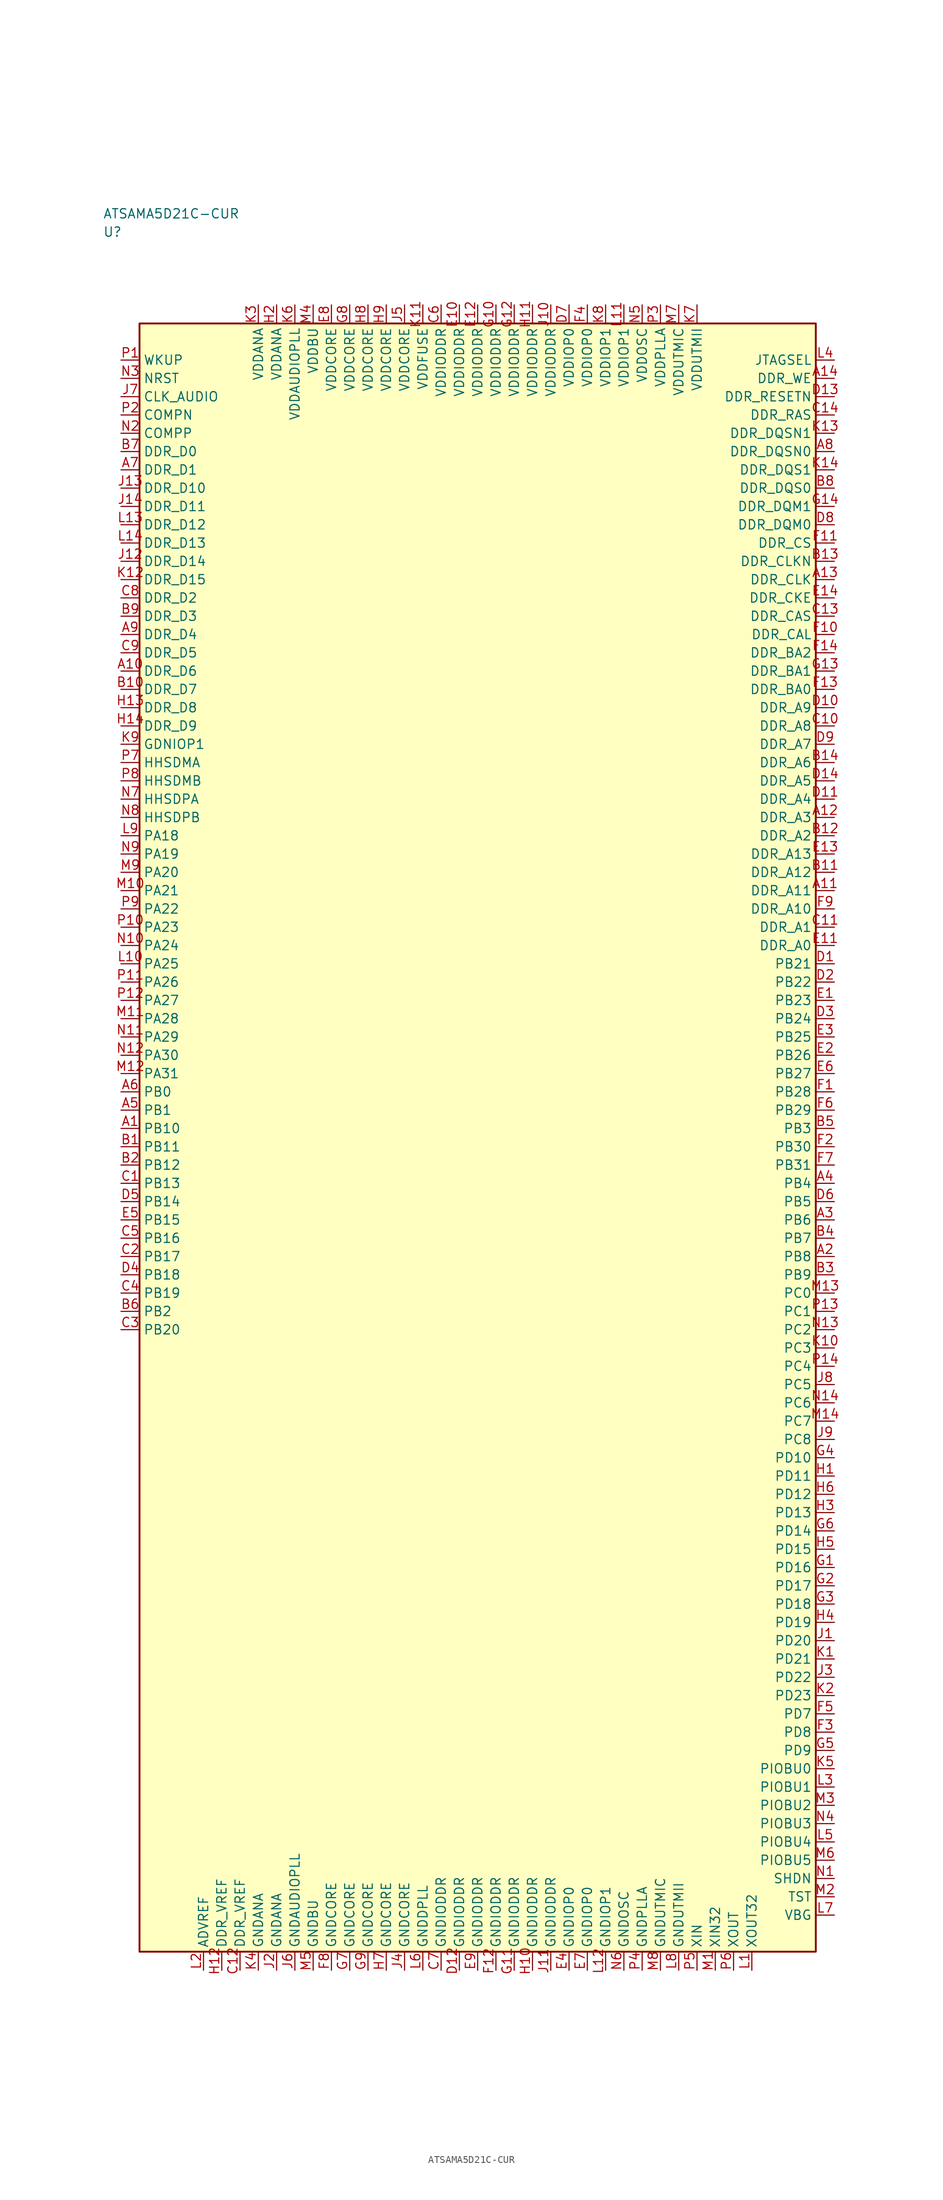
<source format=kicad_sym>
(kicad_symbol_lib
  (version 20241025)
  (generator "kicad_symbol_editor")
  (generator_version "8.0")
  (symbol "ATSAMA5D21C-CUR"
    (property "Reference" "U"
      (at -51.25 123.75 0)
      (effects (font (size 1.27 1.27)) (justify left)))
    (property "Value" "ATSAMA5D21C-CUR"
      (at -51.25 126.25 0)
      (effects (font (size 1.27 1.27)) (justify left)))
    (symbol "ATSAMA5D21C-CUR_0_1"
      (rectangle (start -46.25 111.25) (end 46.25 -111.25) (stroke (width 0.254) (type default)) (fill (type background))))
    (symbol "ATSAMA5D21C-CUR_1_1"
      (pin bidirectional line (at -48.79 41.25 0.0) (length 2.54) (name "PA18" (effects (font (size 1.27 1.27)))) (number "L9" (effects (font (size 1.27 1.27)))))
      (pin bidirectional line (at -48.79 38.75 0.0) (length 2.54) (name "PA19" (effects (font (size 1.27 1.27)))) (number "N9" (effects (font (size 1.27 1.27)))))
      (pin bidirectional line (at -48.79 36.25 0.0) (length 2.54) (name "PA20" (effects (font (size 1.27 1.27)))) (number "M9" (effects (font (size 1.27 1.27)))))
      (pin bidirectional line (at -48.79 33.75 0.0) (length 2.54) (name "PA21" (effects (font (size 1.27 1.27)))) (number "M10" (effects (font (size 1.27 1.27)))))
      (pin bidirectional line (at -48.79 31.25 0.0) (length 2.54) (name "PA22" (effects (font (size 1.27 1.27)))) (number "P9" (effects (font (size 1.27 1.27)))))
      (pin bidirectional line (at -48.79 28.75 0.0) (length 2.54) (name "PA23" (effects (font (size 1.27 1.27)))) (number "P10" (effects (font (size 1.27 1.27)))))
      (pin bidirectional line (at -48.79 26.25 0.0) (length 2.54) (name "PA24" (effects (font (size 1.27 1.27)))) (number "N10" (effects (font (size 1.27 1.27)))))
      (pin bidirectional line (at -48.79 23.75 0.0) (length 2.54) (name "PA25" (effects (font (size 1.27 1.27)))) (number "L10" (effects (font (size 1.27 1.27)))))
      (pin bidirectional line (at -48.79 21.25 0.0) (length 2.54) (name "PA26" (effects (font (size 1.27 1.27)))) (number "P11" (effects (font (size 1.27 1.27)))))
      (pin bidirectional line (at -48.79 18.75 0.0) (length 2.54) (name "PA27" (effects (font (size 1.27 1.27)))) (number "P12" (effects (font (size 1.27 1.27)))))
      (pin bidirectional line (at -48.79 16.25 0.0) (length 2.54) (name "PA28" (effects (font (size 1.27 1.27)))) (number "M11" (effects (font (size 1.27 1.27)))))
      (pin bidirectional line (at -48.79 13.75 0.0) (length 2.54) (name "PA29" (effects (font (size 1.27 1.27)))) (number "N11" (effects (font (size 1.27 1.27)))))
      (pin bidirectional line (at -48.79 11.25 0.0) (length 2.54) (name "PA30" (effects (font (size 1.27 1.27)))) (number "N12" (effects (font (size 1.27 1.27)))))
      (pin bidirectional line (at -48.79 8.75 0.0) (length 2.54) (name "PA31" (effects (font (size 1.27 1.27)))) (number "M12" (effects (font (size 1.27 1.27)))))
      (pin bidirectional line (at -48.79 6.25 0.0) (length 2.54) (name "PB0" (effects (font (size 1.27 1.27)))) (number "A6" (effects (font (size 1.27 1.27)))))
      (pin bidirectional line (at -48.79 3.75 0.0) (length 2.54) (name "PB1" (effects (font (size 1.27 1.27)))) (number "A5" (effects (font (size 1.27 1.27)))))
      (pin bidirectional line (at -48.79 -23.75 0.0) (length 2.54) (name "PB2" (effects (font (size 1.27 1.27)))) (number "B6" (effects (font (size 1.27 1.27)))))
      (pin bidirectional line (at 48.79 1.25 180.0) (length 2.54) (name "PB3" (effects (font (size 1.27 1.27)))) (number "B5" (effects (font (size 1.27 1.27)))))
      (pin bidirectional line (at 48.79 -6.25 180.0) (length 2.54) (name "PB4" (effects (font (size 1.27 1.27)))) (number "A4" (effects (font (size 1.27 1.27)))))
      (pin bidirectional line (at 48.79 -8.75 180.0) (length 2.54) (name "PB5" (effects (font (size 1.27 1.27)))) (number "D6" (effects (font (size 1.27 1.27)))))
      (pin bidirectional line (at 48.79 -11.25 180.0) (length 2.54) (name "PB6" (effects (font (size 1.27 1.27)))) (number "A3" (effects (font (size 1.27 1.27)))))
      (pin bidirectional line (at 48.79 -13.75 180.0) (length 2.54) (name "PB7" (effects (font (size 1.27 1.27)))) (number "B4" (effects (font (size 1.27 1.27)))))
      (pin bidirectional line (at 48.79 -16.25 180.0) (length 2.54) (name "PB8" (effects (font (size 1.27 1.27)))) (number "A2" (effects (font (size 1.27 1.27)))))
      (pin bidirectional line (at 48.79 -18.75 180.0) (length 2.54) (name "PB9" (effects (font (size 1.27 1.27)))) (number "B3" (effects (font (size 1.27 1.27)))))
      (pin bidirectional line (at -48.79 1.25 0.0) (length 2.54) (name "PB10" (effects (font (size 1.27 1.27)))) (number "A1" (effects (font (size 1.27 1.27)))))
      (pin bidirectional line (at -48.79 -1.25 0.0) (length 2.54) (name "PB11" (effects (font (size 1.27 1.27)))) (number "B1" (effects (font (size 1.27 1.27)))))
      (pin bidirectional line (at -48.79 -3.75 0.0) (length 2.54) (name "PB12" (effects (font (size 1.27 1.27)))) (number "B2" (effects (font (size 1.27 1.27)))))
      (pin bidirectional line (at -48.79 -6.25 0.0) (length 2.54) (name "PB13" (effects (font (size 1.27 1.27)))) (number "C1" (effects (font (size 1.27 1.27)))))
      (pin bidirectional line (at -48.79 -8.75 0.0) (length 2.54) (name "PB14" (effects (font (size 1.27 1.27)))) (number "D5" (effects (font (size 1.27 1.27)))))
      (pin bidirectional line (at -48.79 -11.25 0.0) (length 2.54) (name "PB15" (effects (font (size 1.27 1.27)))) (number "E5" (effects (font (size 1.27 1.27)))))
      (pin bidirectional line (at -48.79 -13.75 0.0) (length 2.54) (name "PB16" (effects (font (size 1.27 1.27)))) (number "C5" (effects (font (size 1.27 1.27)))))
      (pin bidirectional line (at -48.79 -16.25 0.0) (length 2.54) (name "PB17" (effects (font (size 1.27 1.27)))) (number "C2" (effects (font (size 1.27 1.27)))))
      (pin bidirectional line (at -48.79 -18.75 0.0) (length 2.54) (name "PB18" (effects (font (size 1.27 1.27)))) (number "D4" (effects (font (size 1.27 1.27)))))
      (pin bidirectional line (at -48.79 -21.25 0.0) (length 2.54) (name "PB19" (effects (font (size 1.27 1.27)))) (number "C4" (effects (font (size 1.27 1.27)))))
      (pin bidirectional line (at -48.79 -26.25 0.0) (length 2.54) (name "PB20" (effects (font (size 1.27 1.27)))) (number "C3" (effects (font (size 1.27 1.27)))))
      (pin bidirectional line (at 48.79 23.75 180.0) (length 2.54) (name "PB21" (effects (font (size 1.27 1.27)))) (number "D1" (effects (font (size 1.27 1.27)))))
      (pin bidirectional line (at 48.79 21.25 180.0) (length 2.54) (name "PB22" (effects (font (size 1.27 1.27)))) (number "D2" (effects (font (size 1.27 1.27)))))
      (pin bidirectional line (at 48.79 18.75 180.0) (length 2.54) (name "PB23" (effects (font (size 1.27 1.27)))) (number "E1" (effects (font (size 1.27 1.27)))))
      (pin bidirectional line (at 48.79 16.25 180.0) (length 2.54) (name "PB24" (effects (font (size 1.27 1.27)))) (number "D3" (effects (font (size 1.27 1.27)))))
      (pin bidirectional line (at 48.79 13.75 180.0) (length 2.54) (name "PB25" (effects (font (size 1.27 1.27)))) (number "E3" (effects (font (size 1.27 1.27)))))
      (pin bidirectional line (at 48.79 11.25 180.0) (length 2.54) (name "PB26" (effects (font (size 1.27 1.27)))) (number "E2" (effects (font (size 1.27 1.27)))))
      (pin bidirectional line (at 48.79 8.75 180.0) (length 2.54) (name "PB27" (effects (font (size 1.27 1.27)))) (number "E6" (effects (font (size 1.27 1.27)))))
      (pin bidirectional line (at 48.79 6.25 180.0) (length 2.54) (name "PB28" (effects (font (size 1.27 1.27)))) (number "F1" (effects (font (size 1.27 1.27)))))
      (pin bidirectional line (at 48.79 3.75 180.0) (length 2.54) (name "PB29" (effects (font (size 1.27 1.27)))) (number "F6" (effects (font (size 1.27 1.27)))))
      (pin bidirectional line (at 48.79 -1.25 180.0) (length 2.54) (name "PB30" (effects (font (size 1.27 1.27)))) (number "F2" (effects (font (size 1.27 1.27)))))
      (pin bidirectional line (at 48.79 -3.75 180.0) (length 2.54) (name "PB31" (effects (font (size 1.27 1.27)))) (number "F7" (effects (font (size 1.27 1.27)))))
      (pin bidirectional line (at 48.79 -21.25 180.0) (length 2.54) (name "PC0" (effects (font (size 1.27 1.27)))) (number "M13" (effects (font (size 1.27 1.27)))))
      (pin bidirectional line (at 48.79 -23.75 180.0) (length 2.54) (name "PC1" (effects (font (size 1.27 1.27)))) (number "P13" (effects (font (size 1.27 1.27)))))
      (pin bidirectional line (at 48.79 -26.25 180.0) (length 2.54) (name "PC2" (effects (font (size 1.27 1.27)))) (number "N13" (effects (font (size 1.27 1.27)))))
      (pin bidirectional line (at 48.79 -28.75 180.0) (length 2.54) (name "PC3" (effects (font (size 1.27 1.27)))) (number "K10" (effects (font (size 1.27 1.27)))))
      (pin bidirectional line (at 48.79 -31.25 180.0) (length 2.54) (name "PC4" (effects (font (size 1.27 1.27)))) (number "P14" (effects (font (size 1.27 1.27)))))
      (pin bidirectional line (at 48.79 -33.75 180.0) (length 2.54) (name "PC5" (effects (font (size 1.27 1.27)))) (number "J8" (effects (font (size 1.27 1.27)))))
      (pin bidirectional line (at 48.79 -36.25 180.0) (length 2.54) (name "PC6" (effects (font (size 1.27 1.27)))) (number "N14" (effects (font (size 1.27 1.27)))))
      (pin bidirectional line (at 48.79 -38.75 180.0) (length 2.54) (name "PC7" (effects (font (size 1.27 1.27)))) (number "M14" (effects (font (size 1.27 1.27)))))
      (pin bidirectional line (at 48.79 -41.25 180.0) (length 2.54) (name "PC8" (effects (font (size 1.27 1.27)))) (number "J9" (effects (font (size 1.27 1.27)))))
      (pin bidirectional line (at 48.79 -78.75 180.0) (length 2.54) (name "PD7" (effects (font (size 1.27 1.27)))) (number "F5" (effects (font (size 1.27 1.27)))))
      (pin bidirectional line (at 48.79 -81.25 180.0) (length 2.54) (name "PD8" (effects (font (size 1.27 1.27)))) (number "F3" (effects (font (size 1.27 1.27)))))
      (pin bidirectional line (at 48.79 -83.75 180.0) (length 2.54) (name "PD9" (effects (font (size 1.27 1.27)))) (number "G5" (effects (font (size 1.27 1.27)))))
      (pin bidirectional line (at 48.79 -43.75 180.0) (length 2.54) (name "PD10" (effects (font (size 1.27 1.27)))) (number "G4" (effects (font (size 1.27 1.27)))))
      (pin bidirectional line (at 48.79 -46.25 180.0) (length 2.54) (name "PD11" (effects (font (size 1.27 1.27)))) (number "H1" (effects (font (size 1.27 1.27)))))
      (pin bidirectional line (at 48.79 -48.75 180.0) (length 2.54) (name "PD12" (effects (font (size 1.27 1.27)))) (number "H6" (effects (font (size 1.27 1.27)))))
      (pin bidirectional line (at 48.79 -51.25 180.0) (length 2.54) (name "PD13" (effects (font (size 1.27 1.27)))) (number "H3" (effects (font (size 1.27 1.27)))))
      (pin bidirectional line (at 48.79 -53.75 180.0) (length 2.54) (name "PD14" (effects (font (size 1.27 1.27)))) (number "G6" (effects (font (size 1.27 1.27)))))
      (pin bidirectional line (at 48.79 -56.25 180.0) (length 2.54) (name "PD15" (effects (font (size 1.27 1.27)))) (number "H5" (effects (font (size 1.27 1.27)))))
      (pin bidirectional line (at 48.79 -58.75 180.0) (length 2.54) (name "PD16" (effects (font (size 1.27 1.27)))) (number "G1" (effects (font (size 1.27 1.27)))))
      (pin bidirectional line (at 48.79 -61.25 180.0) (length 2.54) (name "PD17" (effects (font (size 1.27 1.27)))) (number "G2" (effects (font (size 1.27 1.27)))))
      (pin bidirectional line (at 48.79 -63.75 180.0) (length 2.54) (name "PD18" (effects (font (size 1.27 1.27)))) (number "G3" (effects (font (size 1.27 1.27)))))
      (pin bidirectional line (at 48.79 -66.25 180.0) (length 2.54) (name "PD19" (effects (font (size 1.27 1.27)))) (number "H4" (effects (font (size 1.27 1.27)))))
      (pin bidirectional line (at 48.79 -68.75 180.0) (length 2.54) (name "PD20" (effects (font (size 1.27 1.27)))) (number "J1" (effects (font (size 1.27 1.27)))))
      (pin bidirectional line (at 48.79 -71.25 180.0) (length 2.54) (name "PD21" (effects (font (size 1.27 1.27)))) (number "K1" (effects (font (size 1.27 1.27)))))
      (pin bidirectional line (at 48.79 -73.75 180.0) (length 2.54) (name "PD22" (effects (font (size 1.27 1.27)))) (number "J3" (effects (font (size 1.27 1.27)))))
      (pin bidirectional line (at 48.79 -76.25 180.0) (length 2.54) (name "PD23" (effects (font (size 1.27 1.27)))) (number "K2" (effects (font (size 1.27 1.27)))))
      (pin power_in line (at -30.0 113.79 270.0) (length 2.54) (name "VDDANA" (effects (font (size 1.27 1.27)))) (number "K3" (effects (font (size 1.27 1.27)))))
      (pin passive line (at -30.0 -113.79 90.0) (length 2.54) (name "GNDANA" (effects (font (size 1.27 1.27)))) (number "K4" (effects (font (size 1.27 1.27)))))
      (pin passive line (at -37.5 -113.79 90.0) (length 2.54) (name "ADVREF" (effects (font (size 1.27 1.27)))) (number "L2" (effects (font (size 1.27 1.27)))))
      (pin power_in line (at -27.5 113.79 270.0) (length 2.54) (name "VDDANA" (effects (font (size 1.27 1.27)))) (number "H2" (effects (font (size 1.27 1.27)))))
      (pin passive line (at -27.5 -113.79 90.0) (length 2.54) (name "GNDANA" (effects (font (size 1.27 1.27)))) (number "J2" (effects (font (size 1.27 1.27)))))
      (pin passive line (at -35.0 -113.79 90.0) (length 2.54) (name "DDR_VREF" (effects (font (size 1.27 1.27)))) (number "H12" (effects (font (size 1.27 1.27)))))
      (pin passive line (at -32.5 -113.79 90.0) (length 2.54) (name "DDR_VREF" (effects (font (size 1.27 1.27)))) (number "C12" (effects (font (size 1.27 1.27)))))
      (pin bidirectional line (at -48.79 93.75 0.0) (length 2.54) (name "DDR_D0" (effects (font (size 1.27 1.27)))) (number "B7" (effects (font (size 1.27 1.27)))))
      (pin bidirectional line (at -48.79 91.25 0.0) (length 2.54) (name "DDR_D1" (effects (font (size 1.27 1.27)))) (number "A7" (effects (font (size 1.27 1.27)))))
      (pin bidirectional line (at -48.79 73.75 0.0) (length 2.54) (name "DDR_D2" (effects (font (size 1.27 1.27)))) (number "C8" (effects (font (size 1.27 1.27)))))
      (pin bidirectional line (at -48.79 71.25 0.0) (length 2.54) (name "DDR_D3" (effects (font (size 1.27 1.27)))) (number "B9" (effects (font (size 1.27 1.27)))))
      (pin bidirectional line (at -48.79 68.75 0.0) (length 2.54) (name "DDR_D4" (effects (font (size 1.27 1.27)))) (number "A9" (effects (font (size 1.27 1.27)))))
      (pin bidirectional line (at -48.79 66.25 0.0) (length 2.54) (name "DDR_D5" (effects (font (size 1.27 1.27)))) (number "C9" (effects (font (size 1.27 1.27)))))
      (pin bidirectional line (at -48.79 63.75 0.0) (length 2.54) (name "DDR_D6" (effects (font (size 1.27 1.27)))) (number "A10" (effects (font (size 1.27 1.27)))))
      (pin bidirectional line (at -48.79 61.25 0.0) (length 2.54) (name "DDR_D7" (effects (font (size 1.27 1.27)))) (number "B10" (effects (font (size 1.27 1.27)))))
      (pin bidirectional line (at -48.79 58.75 0.0) (length 2.54) (name "DDR_D8" (effects (font (size 1.27 1.27)))) (number "H13" (effects (font (size 1.27 1.27)))))
      (pin bidirectional line (at -48.79 56.25 0.0) (length 2.54) (name "DDR_D9" (effects (font (size 1.27 1.27)))) (number "H14" (effects (font (size 1.27 1.27)))))
      (pin bidirectional line (at -48.79 88.75 0.0) (length 2.54) (name "DDR_D10" (effects (font (size 1.27 1.27)))) (number "J13" (effects (font (size 1.27 1.27)))))
      (pin bidirectional line (at -48.79 86.25 0.0) (length 2.54) (name "DDR_D11" (effects (font (size 1.27 1.27)))) (number "J14" (effects (font (size 1.27 1.27)))))
      (pin bidirectional line (at -48.79 83.75 0.0) (length 2.54) (name "DDR_D12" (effects (font (size 1.27 1.27)))) (number "L13" (effects (font (size 1.27 1.27)))))
      (pin bidirectional line (at -48.79 81.25 0.0) (length 2.54) (name "DDR_D13" (effects (font (size 1.27 1.27)))) (number "L14" (effects (font (size 1.27 1.27)))))
      (pin bidirectional line (at -48.79 78.75 0.0) (length 2.54) (name "DDR_D14" (effects (font (size 1.27 1.27)))) (number "J12" (effects (font (size 1.27 1.27)))))
      (pin bidirectional line (at -48.79 76.25 0.0) (length 2.54) (name "DDR_D15" (effects (font (size 1.27 1.27)))) (number "K12" (effects (font (size 1.27 1.27)))))
      (pin output line (at 48.79 26.25 180.0) (length 2.54) (name "DDR_A0" (effects (font (size 1.27 1.27)))) (number "E11" (effects (font (size 1.27 1.27)))))
      (pin output line (at 48.79 28.75 180.0) (length 2.54) (name "DDR_A1" (effects (font (size 1.27 1.27)))) (number "C11" (effects (font (size 1.27 1.27)))))
      (pin output line (at 48.79 41.25 180.0) (length 2.54) (name "DDR_A2" (effects (font (size 1.27 1.27)))) (number "B12" (effects (font (size 1.27 1.27)))))
      (pin output line (at 48.79 43.75 180.0) (length 2.54) (name "DDR_A3" (effects (font (size 1.27 1.27)))) (number "A12" (effects (font (size 1.27 1.27)))))
      (pin output line (at 48.79 46.25 180.0) (length 2.54) (name "DDR_A4" (effects (font (size 1.27 1.27)))) (number "D11" (effects (font (size 1.27 1.27)))))
      (pin output line (at 48.79 48.75 180.0) (length 2.54) (name "DDR_A5" (effects (font (size 1.27 1.27)))) (number "D14" (effects (font (size 1.27 1.27)))))
      (pin output line (at 48.79 51.25 180.0) (length 2.54) (name "DDR_A6" (effects (font (size 1.27 1.27)))) (number "B14" (effects (font (size 1.27 1.27)))))
      (pin output line (at 48.79 53.75 180.0) (length 2.54) (name "DDR_A7" (effects (font (size 1.27 1.27)))) (number "D9" (effects (font (size 1.27 1.27)))))
      (pin output line (at 48.79 56.25 180.0) (length 2.54) (name "DDR_A8" (effects (font (size 1.27 1.27)))) (number "C10" (effects (font (size 1.27 1.27)))))
      (pin output line (at 48.79 58.75 180.0) (length 2.54) (name "DDR_A9" (effects (font (size 1.27 1.27)))) (number "D10" (effects (font (size 1.27 1.27)))))
      (pin output line (at 48.79 31.25 180.0) (length 2.54) (name "DDR_A10" (effects (font (size 1.27 1.27)))) (number "F9" (effects (font (size 1.27 1.27)))))
      (pin output line (at 48.79 33.75 180.0) (length 2.54) (name "DDR_A11" (effects (font (size 1.27 1.27)))) (number "A11" (effects (font (size 1.27 1.27)))))
      (pin output line (at 48.79 36.25 180.0) (length 2.54) (name "DDR_A12" (effects (font (size 1.27 1.27)))) (number "B11" (effects (font (size 1.27 1.27)))))
      (pin output line (at 48.79 38.75 180.0) (length 2.54) (name "DDR_A13" (effects (font (size 1.27 1.27)))) (number "E13" (effects (font (size 1.27 1.27)))))
      (pin output line (at 48.79 76.25 180.0) (length 2.54) (name "DDR_CLK" (effects (font (size 1.27 1.27)))) (number "A13" (effects (font (size 1.27 1.27)))))
      (pin output line (at 48.79 78.75 180.0) (length 2.54) (name "DDR_CLKN" (effects (font (size 1.27 1.27)))) (number "B13" (effects (font (size 1.27 1.27)))))
      (pin output line (at 48.79 73.75 180.0) (length 2.54) (name "DDR_CKE" (effects (font (size 1.27 1.27)))) (number "E14" (effects (font (size 1.27 1.27)))))
      (pin output line (at 48.79 101.25 180.0) (length 2.54) (name "DDR_RESETN" (effects (font (size 1.27 1.27)))) (number "D13" (effects (font (size 1.27 1.27)))))
      (pin output line (at 48.79 81.25 180.0) (length 2.54) (name "DDR_CS" (effects (font (size 1.27 1.27)))) (number "F11" (effects (font (size 1.27 1.27)))))
      (pin output line (at 48.79 103.75 180.0) (length 2.54) (name "DDR_WE" (effects (font (size 1.27 1.27)))) (number "A14" (effects (font (size 1.27 1.27)))))
      (pin output line (at 48.79 98.75 180.0) (length 2.54) (name "DDR_RAS" (effects (font (size 1.27 1.27)))) (number "C14" (effects (font (size 1.27 1.27)))))
      (pin output line (at 48.79 71.25 180.0) (length 2.54) (name "DDR_CAS" (effects (font (size 1.27 1.27)))) (number "C13" (effects (font (size 1.27 1.27)))))
      (pin output line (at 48.79 83.75 180.0) (length 2.54) (name "DDR_DQM0" (effects (font (size 1.27 1.27)))) (number "D8" (effects (font (size 1.27 1.27)))))
      (pin output line (at 48.79 86.25 180.0) (length 2.54) (name "DDR_DQM1" (effects (font (size 1.27 1.27)))) (number "G14" (effects (font (size 1.27 1.27)))))
      (pin output line (at 48.79 88.75 180.0) (length 2.54) (name "DDR_DQS0" (effects (font (size 1.27 1.27)))) (number "B8" (effects (font (size 1.27 1.27)))))
      (pin output line (at 48.79 91.25 180.0) (length 2.54) (name "DDR_DQS1" (effects (font (size 1.27 1.27)))) (number "K14" (effects (font (size 1.27 1.27)))))
      (pin output line (at 48.79 93.75 180.0) (length 2.54) (name "DDR_DQSN0" (effects (font (size 1.27 1.27)))) (number "A8" (effects (font (size 1.27 1.27)))))
      (pin output line (at 48.79 96.25 180.0) (length 2.54) (name "DDR_DQSN1" (effects (font (size 1.27 1.27)))) (number "K13" (effects (font (size 1.27 1.27)))))
      (pin output line (at 48.79 61.25 180.0) (length 2.54) (name "DDR_BA0" (effects (font (size 1.27 1.27)))) (number "F13" (effects (font (size 1.27 1.27)))))
      (pin output line (at 48.79 63.75 180.0) (length 2.54) (name "DDR_BA1" (effects (font (size 1.27 1.27)))) (number "G13" (effects (font (size 1.27 1.27)))))
      (pin output line (at 48.79 66.25 180.0) (length 2.54) (name "DDR_BA2" (effects (font (size 1.27 1.27)))) (number "F14" (effects (font (size 1.27 1.27)))))
      (pin output line (at 48.79 68.75 180.0) (length 2.54) (name "DDR_CAL" (effects (font (size 1.27 1.27)))) (number "F10" (effects (font (size 1.27 1.27)))))
      (pin power_in line (at -5.0 113.79 270.0) (length 2.54) (name "VDDIODDR" (effects (font (size 1.27 1.27)))) (number "C6" (effects (font (size 1.27 1.27)))))
      (pin power_in line (at -2.5 113.79 270.0) (length 2.54) (name "VDDIODDR" (effects (font (size 1.27 1.27)))) (number "E10" (effects (font (size 1.27 1.27)))))
      (pin power_in line (at 0.0 113.79 270.0) (length 2.54) (name "VDDIODDR" (effects (font (size 1.27 1.27)))) (number "E12" (effects (font (size 1.27 1.27)))))
      (pin power_in line (at 2.5 113.79 270.0) (length 2.54) (name "VDDIODDR" (effects (font (size 1.27 1.27)))) (number "G10" (effects (font (size 1.27 1.27)))))
      (pin power_in line (at 5.0 113.79 270.0) (length 2.54) (name "VDDIODDR" (effects (font (size 1.27 1.27)))) (number "G12" (effects (font (size 1.27 1.27)))))
      (pin power_in line (at 7.5 113.79 270.0) (length 2.54) (name "VDDIODDR" (effects (font (size 1.27 1.27)))) (number "H11" (effects (font (size 1.27 1.27)))))
      (pin power_in line (at 10.0 113.79 270.0) (length 2.54) (name "VDDIODDR" (effects (font (size 1.27 1.27)))) (number "J10" (effects (font (size 1.27 1.27)))))
      (pin passive line (at -5.0 -113.79 90.0) (length 2.54) (name "GNDIODDR" (effects (font (size 1.27 1.27)))) (number "C7" (effects (font (size 1.27 1.27)))))
      (pin passive line (at -2.5 -113.79 90.0) (length 2.54) (name "GNDIODDR" (effects (font (size 1.27 1.27)))) (number "D12" (effects (font (size 1.27 1.27)))))
      (pin passive line (at 0.0 -113.79 90.0) (length 2.54) (name "GNDIODDR" (effects (font (size 1.27 1.27)))) (number "E9" (effects (font (size 1.27 1.27)))))
      (pin passive line (at 2.5 -113.79 90.0) (length 2.54) (name "GNDIODDR" (effects (font (size 1.27 1.27)))) (number "F12" (effects (font (size 1.27 1.27)))))
      (pin passive line (at 5.0 -113.79 90.0) (length 2.54) (name "GNDIODDR" (effects (font (size 1.27 1.27)))) (number "G11" (effects (font (size 1.27 1.27)))))
      (pin passive line (at 7.5 -113.79 90.0) (length 2.54) (name "GNDIODDR" (effects (font (size 1.27 1.27)))) (number "H10" (effects (font (size 1.27 1.27)))))
      (pin passive line (at 10.0 -113.79 90.0) (length 2.54) (name "GNDIODDR" (effects (font (size 1.27 1.27)))) (number "J11" (effects (font (size 1.27 1.27)))))
      (pin power_in line (at -20.0 113.79 270.0) (length 2.54) (name "VDDCORE" (effects (font (size 1.27 1.27)))) (number "E8" (effects (font (size 1.27 1.27)))))
      (pin power_in line (at -17.5 113.79 270.0) (length 2.54) (name "VDDCORE" (effects (font (size 1.27 1.27)))) (number "G8" (effects (font (size 1.27 1.27)))))
      (pin power_in line (at -15.0 113.79 270.0) (length 2.54) (name "VDDCORE" (effects (font (size 1.27 1.27)))) (number "H8" (effects (font (size 1.27 1.27)))))
      (pin power_in line (at -12.5 113.79 270.0) (length 2.54) (name "VDDCORE" (effects (font (size 1.27 1.27)))) (number "H9" (effects (font (size 1.27 1.27)))))
      (pin power_in line (at -10.0 113.79 270.0) (length 2.54) (name "VDDCORE" (effects (font (size 1.27 1.27)))) (number "J5" (effects (font (size 1.27 1.27)))))
      (pin passive line (at -20.0 -113.79 90.0) (length 2.54) (name "GNDCORE" (effects (font (size 1.27 1.27)))) (number "F8" (effects (font (size 1.27 1.27)))))
      (pin passive line (at -17.5 -113.79 90.0) (length 2.54) (name "GNDCORE" (effects (font (size 1.27 1.27)))) (number "G7" (effects (font (size 1.27 1.27)))))
      (pin passive line (at -15.0 -113.79 90.0) (length 2.54) (name "GNDCORE" (effects (font (size 1.27 1.27)))) (number "G9" (effects (font (size 1.27 1.27)))))
      (pin passive line (at -12.5 -113.79 90.0) (length 2.54) (name "GNDCORE" (effects (font (size 1.27 1.27)))) (number "H7" (effects (font (size 1.27 1.27)))))
      (pin passive line (at -10.0 -113.79 90.0) (length 2.54) (name "GNDCORE" (effects (font (size 1.27 1.27)))) (number "J4" (effects (font (size 1.27 1.27)))))
      (pin power_in line (at 12.5 113.79 270.0) (length 2.54) (name "VDDIOP0" (effects (font (size 1.27 1.27)))) (number "D7" (effects (font (size 1.27 1.27)))))
      (pin power_in line (at 15.0 113.79 270.0) (length 2.54) (name "VDDIOP0" (effects (font (size 1.27 1.27)))) (number "F4" (effects (font (size 1.27 1.27)))))
      (pin passive line (at 12.5 -113.79 90.0) (length 2.54) (name "GNDIOP0" (effects (font (size 1.27 1.27)))) (number "E4" (effects (font (size 1.27 1.27)))))
      (pin passive line (at 15.0 -113.79 90.0) (length 2.54) (name "GNDIOP0" (effects (font (size 1.27 1.27)))) (number "E7" (effects (font (size 1.27 1.27)))))
      (pin power_in line (at 17.5 113.79 270.0) (length 2.54) (name "VDDIOP1" (effects (font (size 1.27 1.27)))) (number "K8" (effects (font (size 1.27 1.27)))))
      (pin power_in line (at 20.0 113.79 270.0) (length 2.54) (name "VDDIOP1" (effects (font (size 1.27 1.27)))) (number "L11" (effects (font (size 1.27 1.27)))))
      (pin bidirectional line (at -48.79 53.75 0.0) (length 2.54) (name "GDNIOP1" (effects (font (size 1.27 1.27)))) (number "K9" (effects (font (size 1.27 1.27)))))
      (pin passive line (at 17.5 -113.79 90.0) (length 2.54) (name "GNDIOP1" (effects (font (size 1.27 1.27)))) (number "L12" (effects (font (size 1.27 1.27)))))
      (pin power_in line (at -7.5 113.79 270.0) (length 2.54) (name "VDDFUSE" (effects (font (size 1.27 1.27)))) (number "K11" (effects (font (size 1.27 1.27)))))
      (pin power_in line (at 25.0 113.79 270.0) (length 2.54) (name "VDDPLLA" (effects (font (size 1.27 1.27)))) (number "P3" (effects (font (size 1.27 1.27)))))
      (pin passive line (at 22.5 -113.79 90.0) (length 2.54) (name "GNDPLLA" (effects (font (size 1.27 1.27)))) (number "P4" (effects (font (size 1.27 1.27)))))
      (pin power_in line (at -25.0 113.79 270.0) (length 2.54) (name "VDDAUDIOPLL" (effects (font (size 1.27 1.27)))) (number "K6" (effects (font (size 1.27 1.27)))))
      (pin passive line (at -7.5 -113.79 90.0) (length 2.54) (name "GNDDPLL" (effects (font (size 1.27 1.27)))) (number "L6" (effects (font (size 1.27 1.27)))))
      (pin passive line (at -25.0 -113.79 90.0) (length 2.54) (name "GNDAUDIOPLL" (effects (font (size 1.27 1.27)))) (number "J6" (effects (font (size 1.27 1.27)))))
      (pin bidirectional line (at -48.79 101.25 0.0) (length 2.54) (name "CLK_AUDIO" (effects (font (size 1.27 1.27)))) (number "J7" (effects (font (size 1.27 1.27)))))
      (pin passive line (at 30.0 -113.79 90.0) (length 2.54) (name "XIN" (effects (font (size 1.27 1.27)))) (number "P5" (effects (font (size 1.27 1.27)))))
      (pin passive line (at 35.0 -113.79 90.0) (length 2.54) (name "XOUT" (effects (font (size 1.27 1.27)))) (number "P6" (effects (font (size 1.27 1.27)))))
      (pin power_in line (at 22.5 113.79 270.0) (length 2.54) (name "VDDOSC" (effects (font (size 1.27 1.27)))) (number "N5" (effects (font (size 1.27 1.27)))))
      (pin passive line (at 20.0 -113.79 90.0) (length 2.54) (name "GNDOSC" (effects (font (size 1.27 1.27)))) (number "N6" (effects (font (size 1.27 1.27)))))
      (pin power_in line (at 30.0 113.79 270.0) (length 2.54) (name "VDDUTMII" (effects (font (size 1.27 1.27)))) (number "K7" (effects (font (size 1.27 1.27)))))
      (pin passive line (at 27.5 -113.79 90.0) (length 2.54) (name "GNDUTMII" (effects (font (size 1.27 1.27)))) (number "L8" (effects (font (size 1.27 1.27)))))
      (pin bidirectional line (at -48.79 46.25 0.0) (length 2.54) (name "HHSDPA" (effects (font (size 1.27 1.27)))) (number "N7" (effects (font (size 1.27 1.27)))))
      (pin bidirectional line (at -48.79 51.25 0.0) (length 2.54) (name "HHSDMA" (effects (font (size 1.27 1.27)))) (number "P7" (effects (font (size 1.27 1.27)))))
      (pin bidirectional line (at -48.79 43.75 0.0) (length 2.54) (name "HHSDPB" (effects (font (size 1.27 1.27)))) (number "N8" (effects (font (size 1.27 1.27)))))
      (pin bidirectional line (at -48.79 48.75 0.0) (length 2.54) (name "HHSDMB" (effects (font (size 1.27 1.27)))) (number "P8" (effects (font (size 1.27 1.27)))))
      (pin power_in line (at 27.5 113.79 270.0) (length 2.54) (name "VDDUTMIC" (effects (font (size 1.27 1.27)))) (number "M7" (effects (font (size 1.27 1.27)))))
      (pin passive line (at 25.0 -113.79 90.0) (length 2.54) (name "GNDUTMIC" (effects (font (size 1.27 1.27)))) (number "M8" (effects (font (size 1.27 1.27)))))
      (pin bidirectional line (at 48.79 -106.25 180.0) (length 2.54) (name "VBG" (effects (font (size 1.27 1.27)))) (number "L7" (effects (font (size 1.27 1.27)))))
      (pin bidirectional line (at 48.79 -103.75 180.0) (length 2.54) (name "TST" (effects (font (size 1.27 1.27)))) (number "M2" (effects (font (size 1.27 1.27)))))
      (pin input line (at -48.79 103.75 0.0) (length 2.54) (name "NRST" (effects (font (size 1.27 1.27)))) (number "N3" (effects (font (size 1.27 1.27)))))
      (pin output line (at 48.79 106.25 180.0) (length 2.54) (name "JTAGSEL" (effects (font (size 1.27 1.27)))) (number "L4" (effects (font (size 1.27 1.27)))))
      (pin input line (at -48.79 106.25 0.0) (length 2.54) (name "WKUP" (effects (font (size 1.27 1.27)))) (number "P1" (effects (font (size 1.27 1.27)))))
      (pin bidirectional line (at 48.79 -101.25 180.0) (length 2.54) (name "SHDN" (effects (font (size 1.27 1.27)))) (number "N1" (effects (font (size 1.27 1.27)))))
      (pin bidirectional line (at 48.79 -86.25 180.0) (length 2.54) (name "PIOBU0" (effects (font (size 1.27 1.27)))) (number "K5" (effects (font (size 1.27 1.27)))))
      (pin bidirectional line (at 48.79 -88.75 180.0) (length 2.54) (name "PIOBU1" (effects (font (size 1.27 1.27)))) (number "L3" (effects (font (size 1.27 1.27)))))
      (pin bidirectional line (at 48.79 -91.25 180.0) (length 2.54) (name "PIOBU2" (effects (font (size 1.27 1.27)))) (number "M3" (effects (font (size 1.27 1.27)))))
      (pin bidirectional line (at 48.79 -93.75 180.0) (length 2.54) (name "PIOBU3" (effects (font (size 1.27 1.27)))) (number "N4" (effects (font (size 1.27 1.27)))))
      (pin bidirectional line (at 48.79 -96.25 180.0) (length 2.54) (name "PIOBU4" (effects (font (size 1.27 1.27)))) (number "L5" (effects (font (size 1.27 1.27)))))
      (pin bidirectional line (at 48.79 -98.75 180.0) (length 2.54) (name "PIOBU5" (effects (font (size 1.27 1.27)))) (number "M6" (effects (font (size 1.27 1.27)))))
      (pin power_in line (at -22.5 113.79 270.0) (length 2.54) (name "VDDBU" (effects (font (size 1.27 1.27)))) (number "M4" (effects (font (size 1.27 1.27)))))
      (pin passive line (at -22.5 -113.79 90.0) (length 2.54) (name "GNDBU" (effects (font (size 1.27 1.27)))) (number "M5" (effects (font (size 1.27 1.27)))))
      (pin passive line (at 32.5 -113.79 90.0) (length 2.54) (name "XIN32" (effects (font (size 1.27 1.27)))) (number "M1" (effects (font (size 1.27 1.27)))))
      (pin passive line (at 37.5 -113.79 90.0) (length 2.54) (name "XOUT32" (effects (font (size 1.27 1.27)))) (number "L1" (effects (font (size 1.27 1.27)))))
      (pin bidirectional line (at -48.79 96.25 0.0) (length 2.54) (name "COMPP" (effects (font (size 1.27 1.27)))) (number "N2" (effects (font (size 1.27 1.27)))))
      (pin bidirectional line (at -48.79 98.75 0.0) (length 2.54) (name "COMPN" (effects (font (size 1.27 1.27)))) (number "P2" (effects (font (size 1.27 1.27))))))))
</source>
